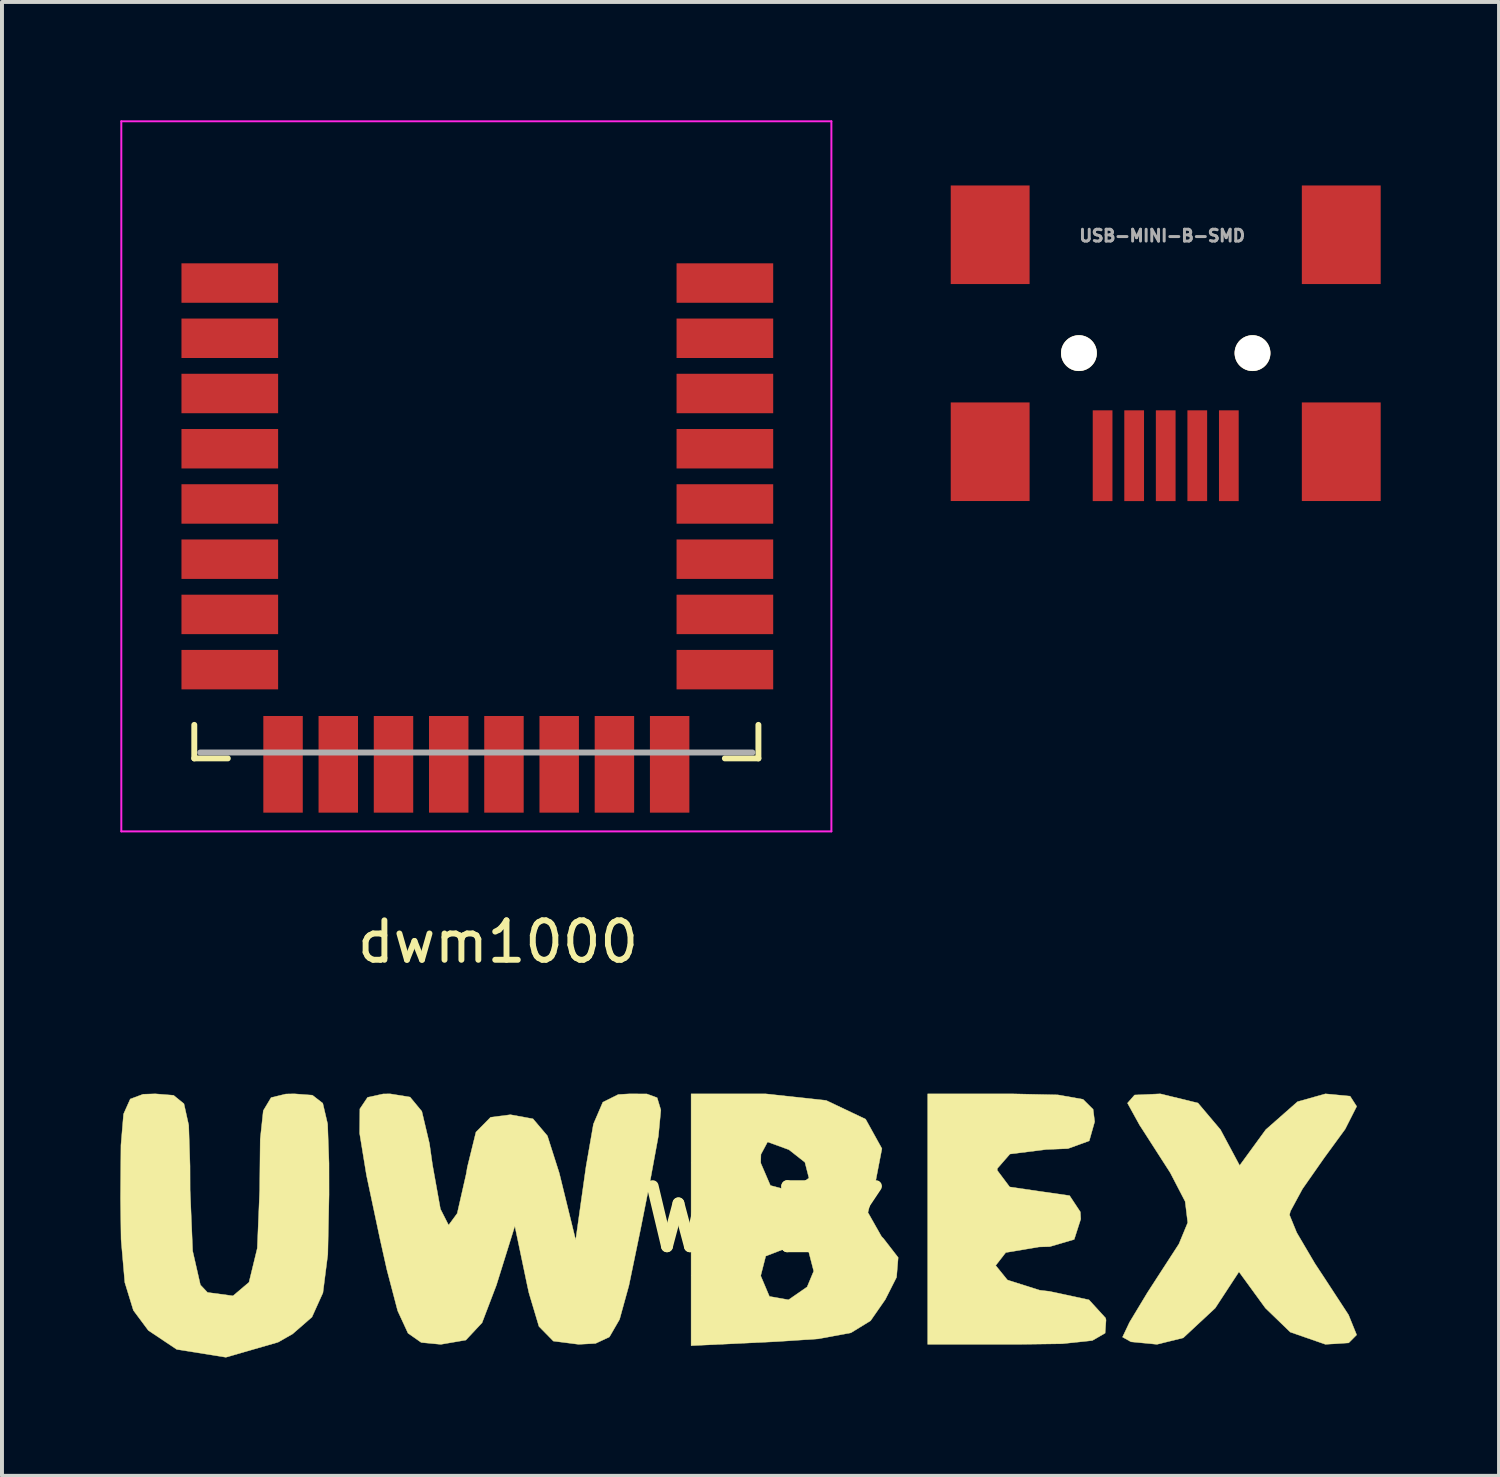
<source format=kicad_pcb>
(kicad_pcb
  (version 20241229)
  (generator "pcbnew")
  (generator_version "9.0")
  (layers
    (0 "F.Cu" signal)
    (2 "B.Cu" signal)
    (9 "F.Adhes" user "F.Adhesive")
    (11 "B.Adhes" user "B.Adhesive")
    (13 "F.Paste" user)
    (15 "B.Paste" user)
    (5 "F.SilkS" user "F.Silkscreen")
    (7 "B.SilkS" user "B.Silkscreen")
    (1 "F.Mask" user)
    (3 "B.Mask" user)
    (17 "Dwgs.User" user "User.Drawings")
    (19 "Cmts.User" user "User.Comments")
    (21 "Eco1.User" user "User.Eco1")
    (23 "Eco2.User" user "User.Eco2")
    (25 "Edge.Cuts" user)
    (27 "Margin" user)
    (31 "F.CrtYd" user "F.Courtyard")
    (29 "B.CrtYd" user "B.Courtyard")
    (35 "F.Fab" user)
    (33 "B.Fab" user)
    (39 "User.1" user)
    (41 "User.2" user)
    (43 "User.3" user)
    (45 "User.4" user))
  (footprint "dwm1000"
    (layer "F.Cu")
    (at 9.025 9.025)
    (property "Reference" "dwm1000" (at 0.55 11.8 0) (layer "F.SilkS") (effects (font (size 1 1) (thickness 0.15))))
    (attr smd)
    (fp_line (start -7.15 7.15) (end -7.15 6.3) (stroke (width 0.15) (type solid)) (layer "F.SilkS"))
    (fp_line (start -6.3 7.15) (end -7.15 7.15) (stroke (width 0.15) (type solid)) (layer "F.SilkS"))
    (fp_line (start 6.3 7.15) (end 7.15 7.15) (stroke (width 0.15) (type solid)) (layer "F.SilkS"))
    (fp_line (start 7.15 7.15) (end 7.15 6.3) (stroke (width 0.15) (type solid)) (layer "F.SilkS"))
    (fp_line (start -9 -9) (end 9 -9) (stroke (width 0.05) (type solid)) (layer "F.CrtYd"))
    (fp_line (start -9 9) (end -9 -9) (stroke (width 0.05) (type solid)) (layer "F.CrtYd"))
    (fp_line (start 9 -9) (end 9 9) (stroke (width 0.05) (type solid)) (layer "F.CrtYd"))
    (fp_line (start 9 9) (end -9 9) (stroke (width 0.05) (type solid)) (layer "F.CrtYd"))
    (fp_line (start -7 7) (end 7 7) (stroke (width 0.15) (type solid)) (layer "F.Fab"))
    (pad "1" smd rect (at -6.25 -4.9 90) (size 1 2.45) (layers "F.Cu" "F.Mask" "F.Paste"))
    (pad "2" smd rect (at -6.25 -3.5 90) (size 1 2.45) (layers "F.Cu" "F.Mask" "F.Paste"))
    (pad "3" smd rect (at -6.25 -2.1 90) (size 1 2.45) (layers "F.Cu" "F.Mask" "F.Paste"))
    (pad "4" smd rect (at -6.25 -0.7 90) (size 1 2.45) (layers "F.Cu" "F.Mask" "F.Paste"))
    (pad "5" smd rect (at -6.25 0.7 90) (size 1 2.45) (layers "F.Cu" "F.Mask" "F.Paste"))
    (pad "6" smd rect (at -6.25 2.1 90) (size 1 2.45) (layers "F.Cu" "F.Mask" "F.Paste"))
    (pad "7" smd rect (at -6.25 3.5 90) (size 1 2.45) (layers "F.Cu" "F.Mask" "F.Paste"))
    (pad "8" smd rect (at -6.25 4.9 90) (size 1 2.45) (layers "F.Cu" "F.Mask" "F.Paste"))
    (pad "9" smd rect (at -4.9 7.3) (size 1 2.45) (layers "F.Cu" "F.Mask" "F.Paste"))
    (pad "10" smd rect (at -3.5 7.3) (size 1 2.45) (layers "F.Cu" "F.Mask" "F.Paste"))
    (pad "11" smd rect (at -2.1 7.3) (size 1 2.45) (layers "F.Cu" "F.Mask" "F.Paste"))
    (pad "12" smd rect (at -0.7 7.3) (size 1 2.45) (layers "F.Cu" "F.Mask" "F.Paste"))
    (pad "13" smd rect (at 0.7 7.3) (size 1 2.45) (layers "F.Cu" "F.Mask" "F.Paste"))
    (pad "14" smd rect (at 2.1 7.3) (size 1 2.45) (layers "F.Cu" "F.Mask" "F.Paste"))
    (pad "15" smd rect (at 3.5 7.3) (size 1 2.45) (layers "F.Cu" "F.Mask" "F.Paste"))
    (pad "16" smd rect (at 4.9 7.3) (size 1 2.45) (layers "F.Cu" "F.Mask" "F.Paste"))
    (pad "17" smd rect (at 6.3 4.9 90) (size 1 2.45) (layers "F.Cu" "F.Mask" "F.Paste"))
    (pad "18" smd rect (at 6.3 3.5 90) (size 1 2.45) (layers "F.Cu" "F.Mask" "F.Paste"))
    (pad "19" smd rect (at 6.3 2.1 90) (size 1 2.45) (layers "F.Cu" "F.Mask" "F.Paste"))
    (pad "20" smd rect (at 6.3 0.7 90) (size 1 2.45) (layers "F.Cu" "F.Mask" "F.Paste"))
    (pad "21" smd rect (at 6.3 -0.7 90) (size 1 2.45) (layers "F.Cu" "F.Mask" "F.Paste"))
    (pad "22" smd rect (at 6.3 -2.1 90) (size 1 2.45) (layers "F.Cu" "F.Mask" "F.Paste"))
    (pad "23" smd rect (at 6.3 -3.5 90) (size 1 2.45) (layers "F.Cu" "F.Mask" "F.Paste"))
    (pad "24" smd rect (at 6.3 -4.9 90) (size 1 2.45) (layers "F.Cu" "F.Mask" "F.Paste")))
  (footprint "USB-MINI-B-SMD"
    (layer "F.Cu")
    (at 26.5 0.651)
    (property "Reference" "USB-MINI-B-SMD" (at -0.089 2.275 0) (layer "F.Fab") (effects (font (size 0.3 0.3) (thickness 0.075))))
    (attr smd)
    (fp_line (start -3.851 -0.65) (end 3.851 -0.65) (stroke (width 0.001) (type solid)) (layer "F.Fab"))
    (fp_line (start -3.851 8.55) (end -3.851 -0.65) (stroke (width 0.001) (type solid)) (layer "F.Fab"))
    (fp_line (start 3.851 -0.65) (end 3.851 8.55) (stroke (width 0.001) (type solid)) (layer "F.Fab"))
    (fp_line (start 3.851 8.55) (end -3.851 8.55) (stroke (width 0.001) (type solid)) (layer "F.Fab"))
    (pad "" smd rect (at -4.45 2.25) (size 1.999 2.499) (layers "F.Cu" "F.Mask" "F.Paste"))
    (pad "" thru_hole circle (at -2.2 5.25) (size 0.909 0.909) (drill 0.899) (layers "*.Cu" "*.Mask" "F.SilkS"))
    (pad "" thru_hole circle (at 2.2 5.25) (size 0.909 0.909) (drill 0.899) (layers "*.Cu" "*.Mask" "F.SilkS"))
    (pad "" smd rect (at 4.45 2.25) (size 1.999 2.499) (layers "F.Cu" "F.Mask" "F.Paste"))
    (pad "" smd rect (at 4.45 7.75) (size 1.999 2.499) (layers "F.Cu" "F.Mask" "F.Paste"))
    (pad "1" smd rect (at 1.6 7.851) (size 0.5 2.301) (layers "F.Cu" "F.Mask" "F.Paste"))
    (pad "2" smd rect (at 0.8 7.851) (size 0.5 2.301) (layers "F.Cu" "F.Mask" "F.Paste"))
    (pad "3" smd rect (at 0 7.851) (size 0.5 2.301) (layers "F.Cu" "F.Mask" "F.Paste"))
    (pad "4" smd rect (at -0.8 7.851) (size 0.5 2.301) (layers "F.Cu" "F.Mask" "F.Paste"))
    (pad "5" smd rect (at -1.6 7.851) (size 0.5 2.301) (layers "F.Cu" "F.Mask" "F.Paste"))
    (pad "6" smd rect (at -4.45 7.75) (size 1.999 2.499) (layers "F.Cu" "F.Mask" "F.Paste")))
  (footprint "UWBEX"
    (layer "F.Cu")
    (at 15.527 27.853)
    (property "Reference" "UWBEX" (at 0 0 0) (layer "F.SilkS") (effects (font (size 1.524 1.524) (thickness 0.3))))
    (attr through_hole)
    (fp_poly (pts (xy 8.238 -3.149) (xy 8.877 -3.036) (xy 9.133 -2.782) (xy 9.172 -2.469) (xy 9.034 -1.983) (xy 8.495 -1.787) (xy 7.938 -1.764) (xy 7.024 -1.649) (xy 6.705 -1.283) (xy 6.703 -1.235) (xy 7.018 -0.815) (xy 7.761 -0.706) (xy 8.536 -0.595) (xy 8.809 -0.182) (xy 8.819 0) (xy 8.653 0.516) (xy 8.034 0.698) (xy 7.761 0.706) (xy 6.918 0.848) (xy 6.663 1.176) (xy 6.961 1.544) (xy 7.778 1.803) (xy 8.023 1.831) (xy 9.028 2.047) (xy 9.448 2.507) (xy 9.46 2.558) (xy 9.437 2.891) (xy 9.113 3.078) (xy 8.347 3.16) (xy 7.258 3.175) (xy 4.939 3.175) (xy 4.939 -3.175) (xy 7.056 -3.175) (xy 8.238 -3.149)) (stroke (width 0.01) (type solid)) (fill yes) (layer "F.SilkS"))
    (fp_poly (pts (xy 2.366 -3.008) (xy 3.366 -2.533) (xy 3.779 -1.787) (xy 3.613 -0.927) (xy 3.424 -0.168) (xy 3.768 0.44) (xy 3.818 0.492) (xy 4.191 0.974) (xy 4.15 1.474) (xy 3.865 2.038) (xy 3.491 2.577) (xy 2.994 2.882) (xy 2.164 3.036) (xy 1.135 3.104) (xy -1.058 3.209) (xy -1.058 1.437) (xy 0.706 1.437) (xy 0.927 1.96) (xy 1.411 2.046) (xy 1.883 1.719) (xy 2.05 1.319) (xy 1.92 0.817) (xy 1.437 0.706) (xy 0.834 0.938) (xy 0.706 1.437) (xy -1.058 1.437) (xy -1.058 -1.424) (xy 0.706 -1.424) (xy 0.952 -0.852) (xy 1.479 -0.712) (xy 1.929 -1.041) (xy 1.827 -1.44) (xy 1.421 -1.759) (xy 0.881 -1.956) (xy 0.712 -1.641) (xy 0.706 -1.424) (xy -1.058 -1.424) (xy -1.058 -3.175) (xy 0.827 -3.175) (xy 2.366 -3.008)) (stroke (width 0.01) (type solid)) (fill yes) (layer "F.SilkS"))
    (fp_poly (pts (xy -10.658 -3.141) (xy -10.395 -2.937) (xy -10.272 -2.412) (xy -10.237 -1.416) (xy -10.236 -0.617) (xy -10.267 0.892) (xy -10.391 1.868) (xy -10.669 2.484) (xy -11.159 2.911) (xy -11.53 3.122) (xy -12.851 3.503) (xy -14.098 3.303) (xy -14.817 2.822) (xy -15.196 2.313) (xy -15.413 1.607) (xy -15.508 0.515) (xy -15.522 -0.529) (xy -15.511 -1.875) (xy -15.445 -2.664) (xy -15.275 -3.044) (xy -14.95 -3.165) (xy -14.64 -3.175) (xy -14.177 -3.138) (xy -13.914 -2.924) (xy -13.793 -2.379) (xy -13.76 -1.347) (xy -13.758 -0.735) (xy -13.693 0.809) (xy -13.497 1.669) (xy -13.317 1.859) (xy -12.671 1.946) (xy -12.265 1.602) (xy -12.055 0.738) (xy -11.994 -0.734) (xy -11.994 -0.743) (xy -11.981 -2.021) (xy -11.903 -2.749) (xy -11.705 -3.08) (xy -11.33 -3.171) (xy -11.113 -3.175) (xy -10.658 -3.141)) (stroke (width 0.01) (type solid)) (fill yes) (layer "F.SilkS"))
    (fp_poly (pts (xy 15.647 -3.116) (xy 15.814 -2.857) (xy 15.521 -2.279) (xy 14.993 -1.556) (xy 14.439 -0.764) (xy 14.133 -0.198) (xy 14.111 -0.105) (xy 14.294 0.343) (xy 14.755 1.126) (xy 14.993 1.487) (xy 15.608 2.429) (xy 15.813 2.935) (xy 15.611 3.138) (xy 15.022 3.175) (xy 14.13 2.865) (xy 13.5 2.256) (xy 12.83 1.336) (xy 12.228 2.256) (xy 11.417 3.011) (xy 10.752 3.175) (xy 10.092 3.111) (xy 9.878 2.991) (xy 10.056 2.615) (xy 10.51 1.862) (xy 10.826 1.374) (xy 11.308 0.63) (xy 11.531 0.09) (xy 11.466 -0.446) (xy 11.088 -1.175) (xy 10.369 -2.294) (xy 10.312 -2.381) (xy 10.004 -2.94) (xy 10.184 -3.146) (xy 10.836 -3.175) (xy 11.791 -2.942) (xy 12.361 -2.267) (xy 12.847 -1.359) (xy 13.509 -2.267) (xy 14.314 -2.976) (xy 15.022 -3.175) (xy 15.647 -3.116)) (stroke (width 0.01) (type solid)) (fill yes) (layer "F.SilkS"))
    (fp_poly (pts (xy -2.178 -3.172) (xy -1.919 -3.077) (xy -1.825 -2.765) (xy -1.887 -2.108) (xy -2.094 -0.981) (xy -2.341 0.265) (xy -2.634 1.682) (xy -2.872 2.544) (xy -3.129 2.988) (xy -3.48 3.152) (xy -3.908 3.175) (xy -4.55 3.093) (xy -4.915 2.721) (xy -5.17 1.869) (xy -5.212 1.676) (xy -5.526 0.176) (xy -5.994 1.676) (xy -6.357 2.628) (xy -6.768 3.067) (xy -7.398 3.175) (xy -7.41 3.175) (xy -7.899 3.128) (xy -8.234 2.893) (xy -8.496 2.326) (xy -8.77 1.283) (xy -8.941 0.519) (xy -9.287 -1.112) (xy -9.461 -2.176) (xy -9.455 -2.794) (xy -9.259 -3.086) (xy -8.867 -3.172) (xy -8.689 -3.175) (xy -8.182 -3.093) (xy -7.884 -2.732) (xy -7.691 -1.917) (xy -7.613 -1.37) (xy -7.413 -0.256) (xy -7.205 0.153) (xy -6.987 -0.144) (xy -6.759 -1.146) (xy -6.73 -1.319) (xy -6.512 -2.205) (xy -6.141 -2.581) (xy -5.638 -2.646) (xy -5.066 -2.542) (xy -4.701 -2.111) (xy -4.402 -1.174) (xy -4.373 -1.058) (xy -3.984 0.529) (xy -3.723 -1.323) (xy -3.534 -2.409) (xy -3.296 -2.963) (xy -2.905 -3.158) (xy -2.613 -3.175) (xy -2.178 -3.172)) (stroke (width 0.01) (type solid)) (fill yes) (layer "F.SilkS")))
  (gr_rect
    (start -3 -3)
    (end 34.949 34.361)
    (stroke (width 0.1) (type default))
    (fill no)
    (layer "Edge.Cuts")))
</source>
